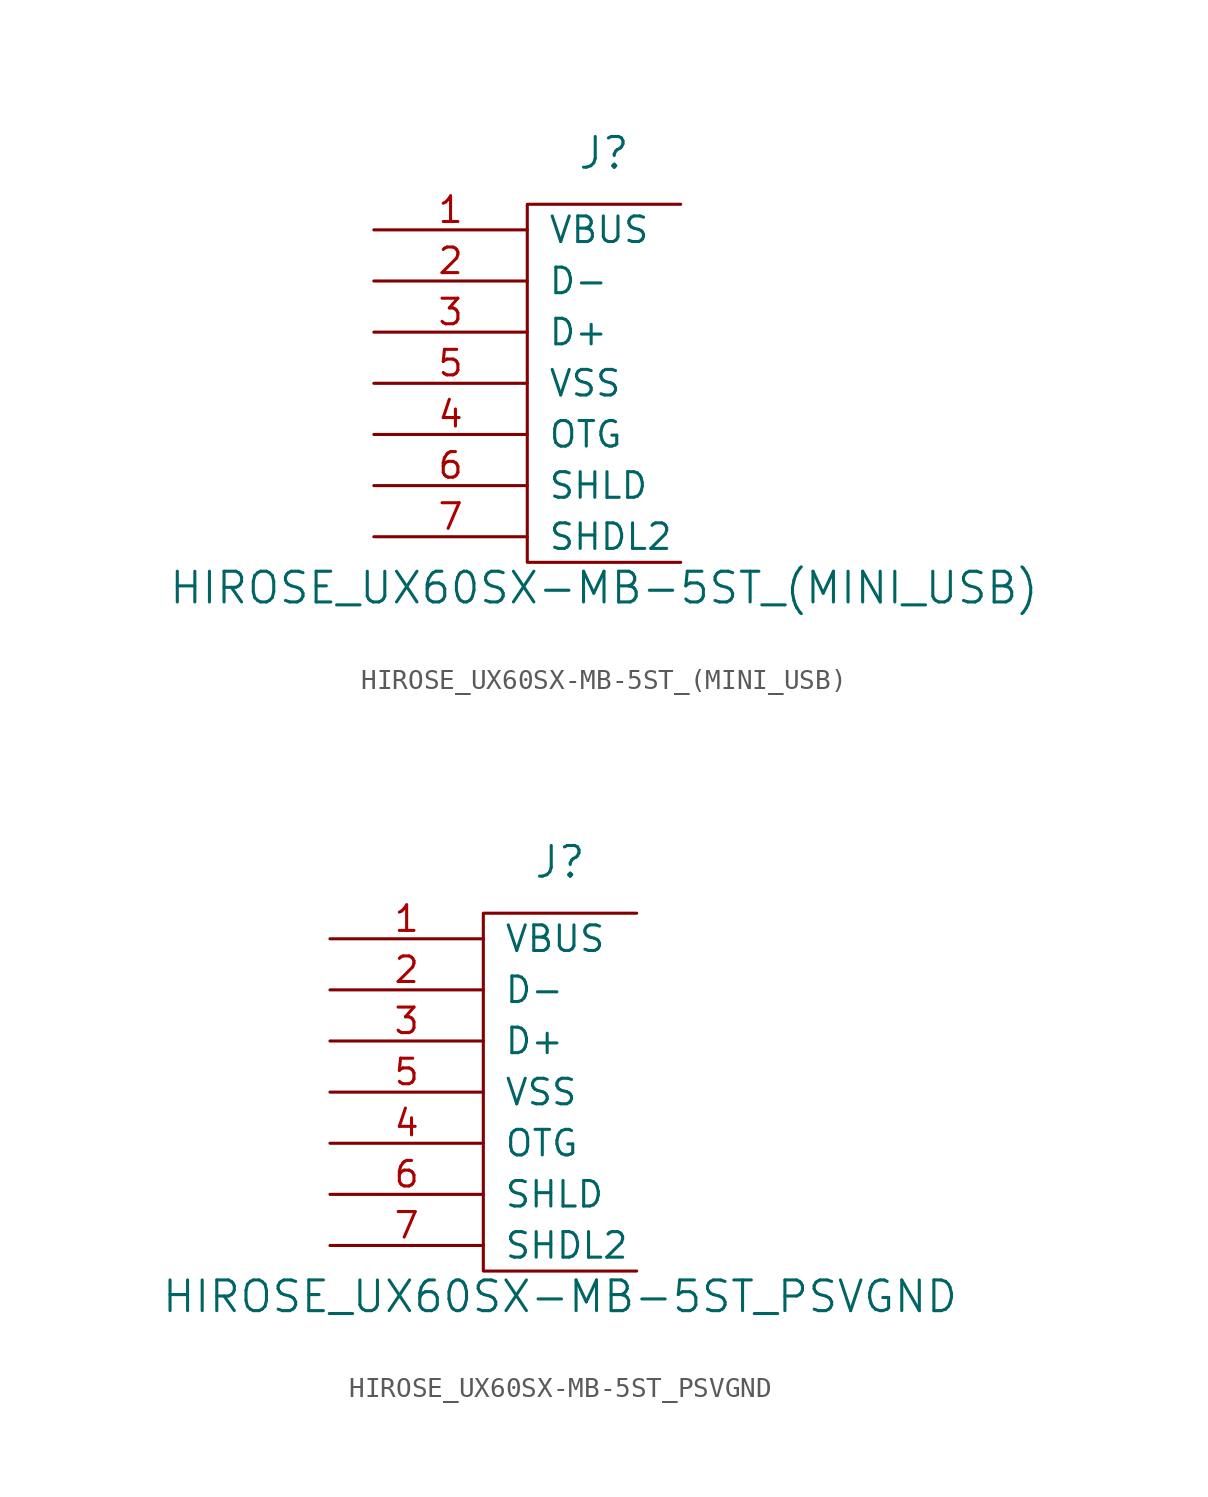
<source format=kicad_sym>
(kicad_symbol_lib
  (version 20211014)
  (generator kicad_symbol_editor)
  (symbol "HIROSE_UX60SX-MB-5ST_(MINI_USB)"
    (pin_names
      (offset 1.016))
    (property "Reference" "J"
      (at 12.7 25.4 0)
      (effects (font (size 1.524 1.524))))
    (property "Value" "HIROSE_UX60SX-MB-5ST_(MINI_USB)"
      (at 12.7 3.81 0)
      (effects (font (size 1.524 1.524))))
    (symbol "HIROSE_UX60SX-MB-5ST_(MINI_USB)_0_1"
      (polyline (pts (xy 16.51 22.86) (xy 8.89 22.86) (xy 8.89 5.08) (xy 16.51 5.08)) (stroke (width 0) (type default) (color 0 0 0 0)) (fill (type none))))
    (symbol "HIROSE_UX60SX-MB-5ST_(MINI_USB)_1_1"
      (pin power_out line (at 1.27 21.59 0) (length 7.62) (name "VBUS" (effects (font (size 1.27 1.27)))) (number "1" (effects (font (size 1.27 1.27)))))
      (pin bidirectional line (at 1.27 19.05 0) (length 7.62) (name "D-" (effects (font (size 1.27 1.27)))) (number "2" (effects (font (size 1.27 1.27)))))
      (pin bidirectional line (at 1.27 16.51 0) (length 7.62) (name "D+" (effects (font (size 1.27 1.27)))) (number "3" (effects (font (size 1.27 1.27)))))
      (pin bidirectional line (at 1.27 11.43 0) (length 7.62) (name "OTG" (effects (font (size 1.27 1.27)))) (number "4" (effects (font (size 1.27 1.27)))))
      (pin power_out line (at 1.27 13.97 0) (length 7.62) (name "VSS" (effects (font (size 1.27 1.27)))) (number "5" (effects (font (size 1.27 1.27)))))
      (pin passive line (at 1.27 8.89 0) (length 7.62) (name "SHLD" (effects (font (size 1.27 1.27)))) (number "6" (effects (font (size 1.27 1.27)))))
      (pin passive line (at 1.27 6.35 0) (length 7.62) (name "SHDL2" (effects (font (size 1.27 1.27)))) (number "7" (effects (font (size 1.27 1.27)))))))
  (symbol "HIROSE_UX60SX-MB-5ST_PSVGND"
    (pin_names
      (offset 1.016))
    (property "Reference" "J"
      (at 12.7 25.4 0)
      (effects (font (size 1.524 1.524))))
    (property "Value" "HIROSE_UX60SX-MB-5ST_PSVGND"
      (at 12.7 3.81 0)
      (effects (font (size 1.524 1.524))))
    (symbol "HIROSE_UX60SX-MB-5ST_PSVGND_0_1"
      (polyline (pts (xy 16.51 22.86) (xy 8.89 22.86) (xy 8.89 5.08) (xy 16.51 5.08)) (stroke (width 0) (type default) (color 0 0 0 0)) (fill (type none))))
    (symbol "HIROSE_UX60SX-MB-5ST_PSVGND_1_1"
      (pin power_out line (at 1.27 21.59 0) (length 7.62) (name "VBUS" (effects (font (size 1.27 1.27)))) (number "1" (effects (font (size 1.27 1.27)))))
      (pin bidirectional line (at 1.27 19.05 0) (length 7.62) (name "D-" (effects (font (size 1.27 1.27)))) (number "2" (effects (font (size 1.27 1.27)))))
      (pin bidirectional line (at 1.27 16.51 0) (length 7.62) (name "D+" (effects (font (size 1.27 1.27)))) (number "3" (effects (font (size 1.27 1.27)))))
      (pin bidirectional line (at 1.27 11.43 0) (length 7.62) (name "OTG" (effects (font (size 1.27 1.27)))) (number "4" (effects (font (size 1.27 1.27)))))
      (pin passive line (at 1.27 13.97 0) (length 7.62) (name "VSS" (effects (font (size 1.27 1.27)))) (number "5" (effects (font (size 1.27 1.27)))))
      (pin passive line (at 1.27 8.89 0) (length 7.62) (name "SHLD" (effects (font (size 1.27 1.27)))) (number "6" (effects (font (size 1.27 1.27)))))
      (pin passive line (at 1.27 6.35 0) (length 7.62) (name "SHDL2" (effects (font (size 1.27 1.27)))) (number "7" (effects (font (size 1.27 1.27))))))))
</source>
